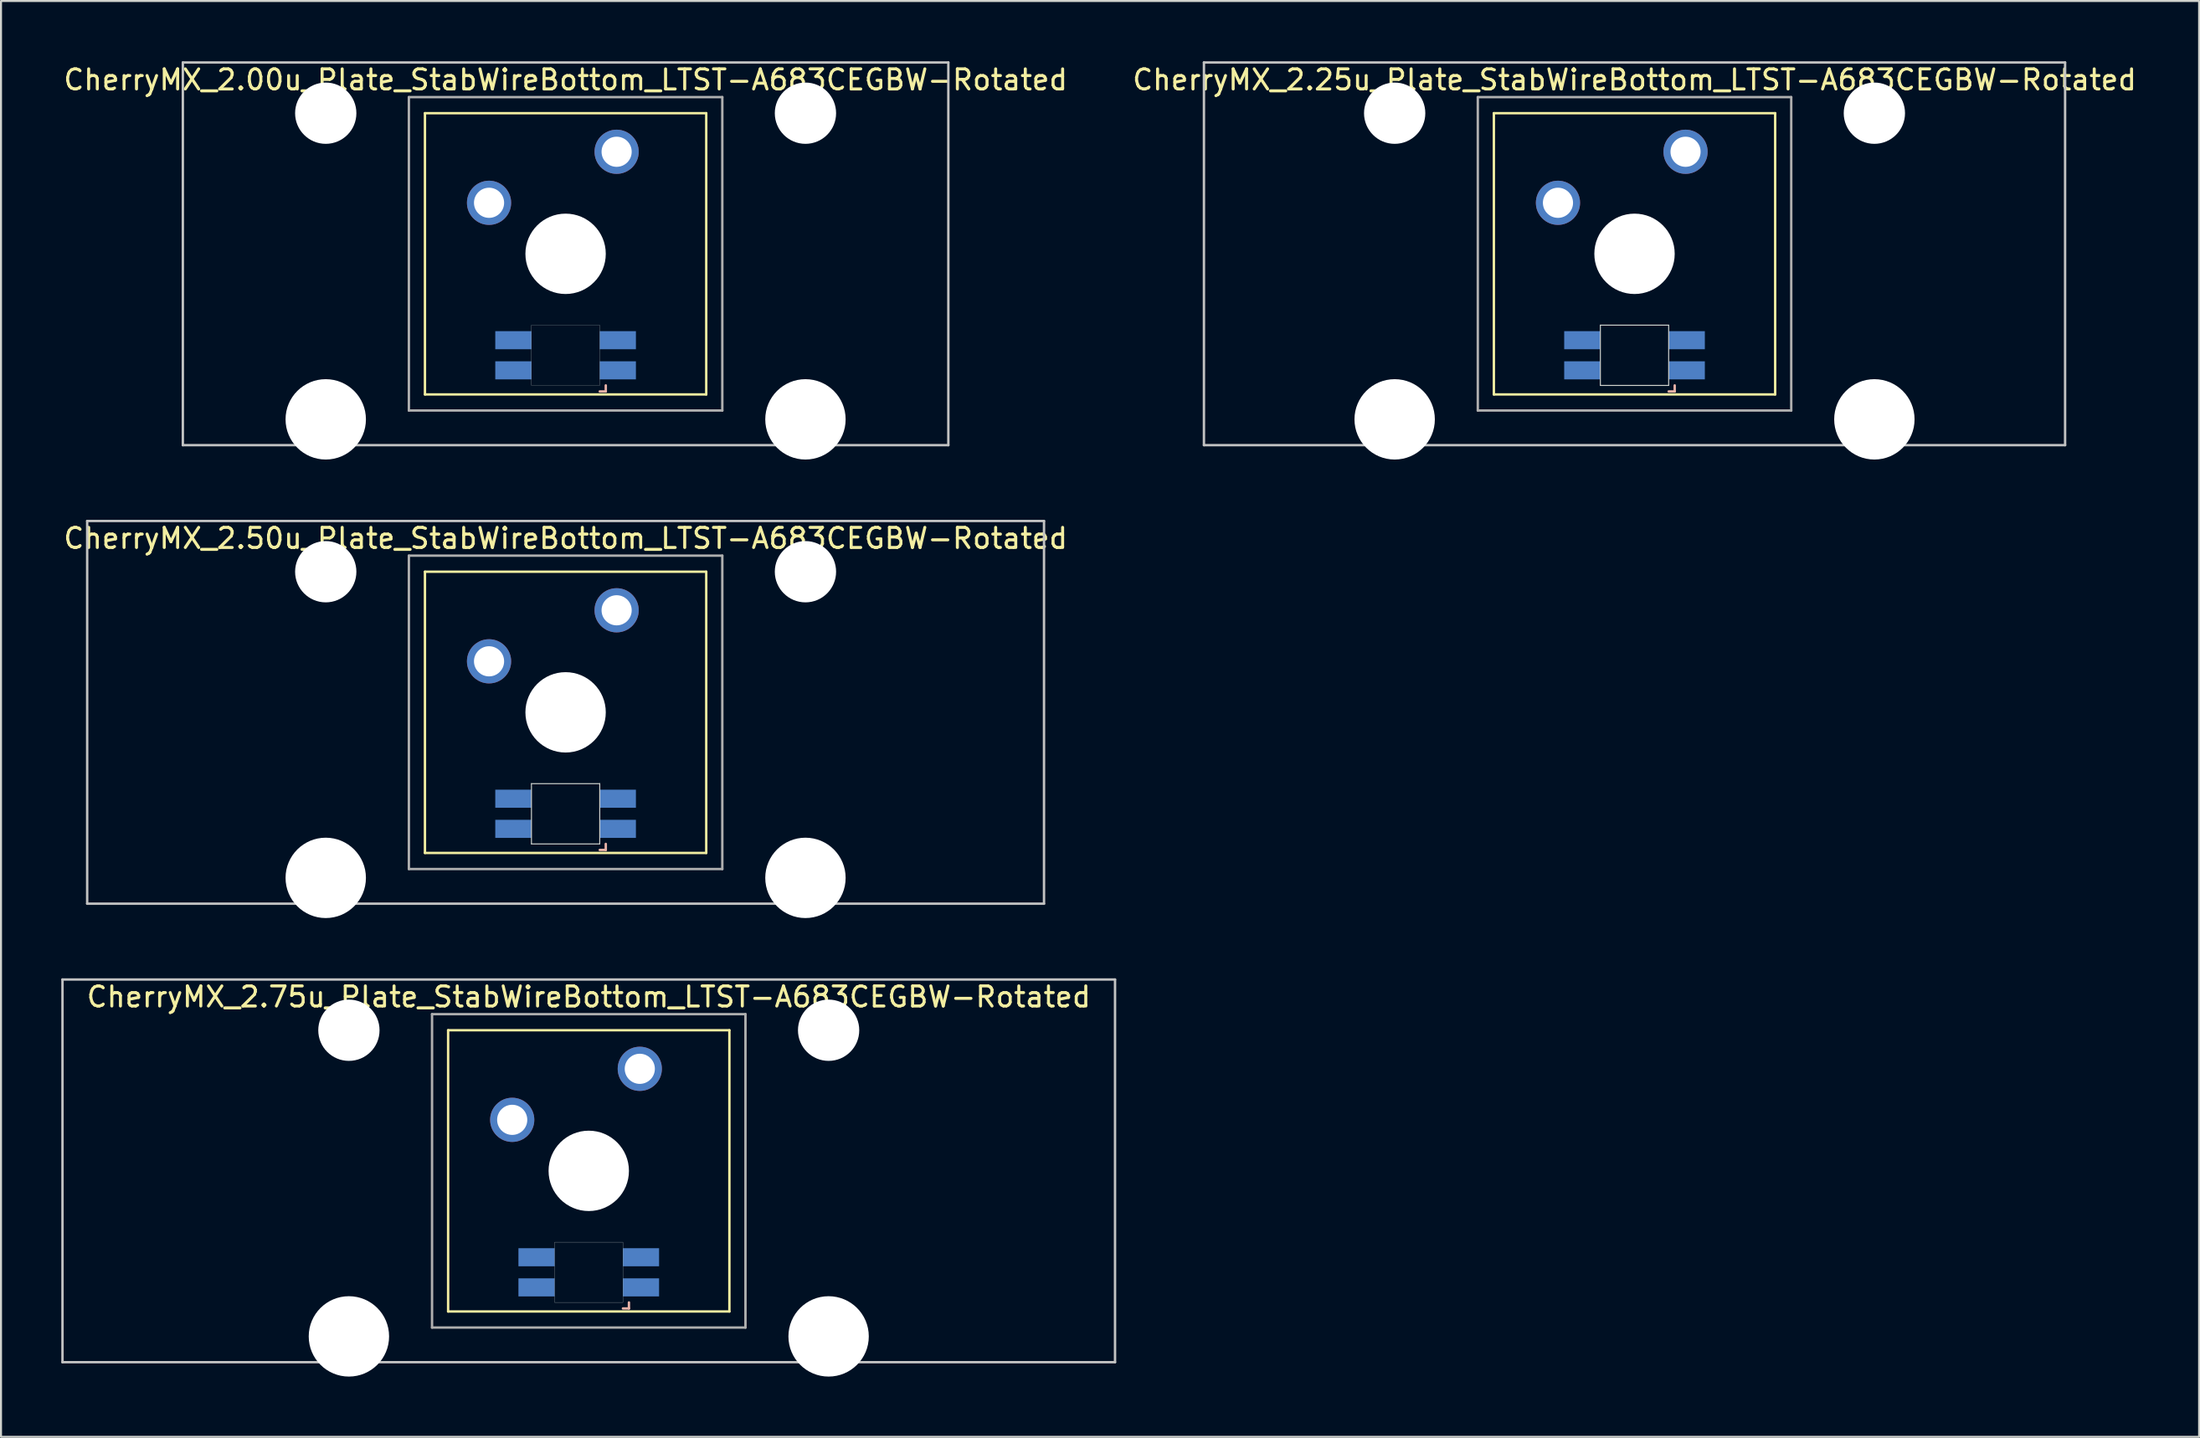
<source format=kicad_pcb>
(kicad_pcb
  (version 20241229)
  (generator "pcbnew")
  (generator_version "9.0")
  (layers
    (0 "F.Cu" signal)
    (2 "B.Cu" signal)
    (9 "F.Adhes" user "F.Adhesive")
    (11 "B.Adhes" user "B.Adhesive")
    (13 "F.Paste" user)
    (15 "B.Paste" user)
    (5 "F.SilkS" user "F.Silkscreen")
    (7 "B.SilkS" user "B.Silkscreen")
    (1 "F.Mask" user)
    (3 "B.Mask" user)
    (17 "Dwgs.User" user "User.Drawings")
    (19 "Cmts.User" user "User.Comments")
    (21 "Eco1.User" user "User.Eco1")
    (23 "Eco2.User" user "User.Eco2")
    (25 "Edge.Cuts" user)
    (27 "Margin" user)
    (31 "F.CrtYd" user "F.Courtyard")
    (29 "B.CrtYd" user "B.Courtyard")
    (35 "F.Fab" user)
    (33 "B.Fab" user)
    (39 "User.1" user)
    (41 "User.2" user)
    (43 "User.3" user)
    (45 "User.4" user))
  (footprint "CherryMX_2.25u_Plate_StabWireBottom_LTST-A683CEGBW-Rotated"
    (layer "F.Cu")
    (at 78.304 9.585)
    (property "Reference" "CherryMX_2.25u_Plate_StabWireBottom_LTST-A683CEGBW-Rotated" (at 0 -8.662 0) (layer "F.SilkS") (effects (font (size 1 1) (thickness 0.15))))
    (attr through_hole)
    (fp_line (start -7 -7) (end -7 7) (stroke (width 0.12) (type solid)) (layer "F.SilkS"))
    (fp_line (start -7 -7) (end 7 -7) (stroke (width 0.12) (type solid)) (layer "F.SilkS"))
    (fp_line (start 7 -7) (end 7 7) (stroke (width 0.12) (type solid)) (layer "F.SilkS"))
    (fp_line (start 7 7) (end -7 7) (stroke (width 0.12) (type solid)) (layer "F.SilkS"))
    (fp_line (start 1.7 6.85) (end 2 6.85) (stroke (width 0.12) (type solid)) (layer "B.SilkS"))
    (fp_line (start 2 6.85) (end 2 6.55) (stroke (width 0.12) (type solid)) (layer "B.SilkS"))
    (fp_line (start -21.431 -9.525) (end 21.431 -9.525) (stroke (width 0.12) (type solid)) (layer "Dwgs.User"))
    (fp_line (start -21.431 9.525) (end -21.431 -9.525) (stroke (width 0.12) (type solid)) (layer "Dwgs.User"))
    (fp_line (start 21.431 -9.525) (end 21.431 9.525) (stroke (width 0.12) (type solid)) (layer "Dwgs.User"))
    (fp_line (start 21.431 9.525) (end -21.431 9.525) (stroke (width 0.12) (type solid)) (layer "Dwgs.User"))
    (fp_line (start -1.7 3.55) (end 1.7 3.55) (stroke (width 0.05) (type solid)) (layer "Edge.Cuts"))
    (fp_line (start -1.7 6.55) (end -1.7 3.55) (stroke (width 0.05) (type solid)) (layer "Edge.Cuts"))
    (fp_line (start 1.7 3.55) (end 1.7 6.55) (stroke (width 0.05) (type solid)) (layer "Edge.Cuts"))
    (fp_line (start 1.7 6.55) (end -1.7 6.55) (stroke (width 0.05) (type solid)) (layer "Edge.Cuts"))
    (fp_line (start -7.8 -7.8) (end -7.8 7.8) (stroke (width 0.12) (type solid)) (layer "F.Fab"))
    (fp_line (start -7.8 -7.8) (end 7.8 -7.8) (stroke (width 0.12) (type solid)) (layer "F.Fab"))
    (fp_line (start -7.8 7.8) (end 7.8 7.8) (stroke (width 0.12) (type solid)) (layer "F.Fab"))
    (fp_line (start 7.8 -7.8) (end 7.8 7.8) (stroke (width 0.12) (type solid)) (layer "F.Fab"))
    (pad "" np_thru_hole circle (at -11.938 -7) (size 3.05 3.05) (drill 3.05) (layers "*.Cu" "*.Mask"))
    (pad "" np_thru_hole circle (at -11.938 8.24) (size 4 4) (drill 4) (layers "*.Cu" "*.Mask"))
    (pad "" np_thru_hole circle (at 0 0) (size 4 4) (drill 4) (layers "*.Cu" "*.Mask"))
    (pad "" np_thru_hole circle (at 11.938 -7) (size 3.05 3.05) (drill 3.05) (layers "*.Cu" "*.Mask"))
    (pad "" np_thru_hole circle (at 11.938 8.24) (size 4 4) (drill 4) (layers "*.Cu" "*.Mask"))
    (pad "1" thru_hole circle (at -3.81 -2.54) (size 2.2 2.2) (drill 1.5) (layers "*.Cu" "*.Mask"))
    (pad "2" thru_hole circle (at 2.54 -5.08) (size 2.2 2.2) (drill 1.5) (layers "*.Cu" "*.Mask"))
    (pad "3" smd rect (at 2.6 5.8) (size 1.8 0.9) (layers "B.Cu" "B.Mask" "B.Paste"))
    (pad "4" smd rect (at 2.6 4.3) (size 1.8 0.9) (layers "B.Cu" "B.Mask" "B.Paste"))
    (pad "5" smd rect (at -2.6 5.8) (size 1.8 0.9) (layers "B.Cu" "B.Mask" "B.Paste"))
    (pad "6" smd rect (at -2.6 4.3) (size 1.8 0.9) (layers "B.Cu" "B.Mask" "B.Paste")))
  (footprint "CherryMX_2.75u_Plate_StabWireBottom_LTST-A683CEGBW-Rotated"
    (layer "F.Cu")
    (at 26.254 55.235)
    (property "Reference" "CherryMX_2.75u_Plate_StabWireBottom_LTST-A683CEGBW-Rotated" (at 0 -8.662 0) (layer "F.SilkS") (effects (font (size 1 1) (thickness 0.15))))
    (attr through_hole)
    (fp_line (start -7 -7) (end -7 7) (stroke (width 0.12) (type solid)) (layer "F.SilkS"))
    (fp_line (start -7 -7) (end 7 -7) (stroke (width 0.12) (type solid)) (layer "F.SilkS"))
    (fp_line (start 7 -7) (end 7 7) (stroke (width 0.12) (type solid)) (layer "F.SilkS"))
    (fp_line (start 7 7) (end -7 7) (stroke (width 0.12) (type solid)) (layer "F.SilkS"))
    (fp_line (start 1.7 6.85) (end 2 6.85) (stroke (width 0.12) (type solid)) (layer "B.SilkS"))
    (fp_line (start 2 6.85) (end 2 6.55) (stroke (width 0.12) (type solid)) (layer "B.SilkS"))
    (fp_line (start -26.194 -9.525) (end 26.194 -9.525) (stroke (width 0.12) (type solid)) (layer "Dwgs.User"))
    (fp_line (start -26.194 9.525) (end -26.194 -9.525) (stroke (width 0.12) (type solid)) (layer "Dwgs.User"))
    (fp_line (start 26.194 -9.525) (end 26.194 9.525) (stroke (width 0.12) (type solid)) (layer "Dwgs.User"))
    (fp_line (start 26.194 9.525) (end -26.194 9.525) (stroke (width 0.12) (type solid)) (layer "Dwgs.User"))
    (fp_poly (pts (xy -1.7 3.55) (xy 1.7 3.55) (xy 1.7 6.55) (xy -1.7 6.55)) (stroke (width 0.01) (type solid)) (fill no) (layer "Edge.Cuts"))
    (fp_line (start -7.8 -7.8) (end -7.8 7.8) (stroke (width 0.12) (type solid)) (layer "F.Fab"))
    (fp_line (start -7.8 -7.8) (end 7.8 -7.8) (stroke (width 0.12) (type solid)) (layer "F.Fab"))
    (fp_line (start -7.8 7.8) (end 7.8 7.8) (stroke (width 0.12) (type solid)) (layer "F.Fab"))
    (fp_line (start 7.8 -7.8) (end 7.8 7.8) (stroke (width 0.12) (type solid)) (layer "F.Fab"))
    (pad "" np_thru_hole circle (at -11.938 -7) (size 3.05 3.05) (drill 3.05) (layers "*.Cu" "*.Mask"))
    (pad "" np_thru_hole circle (at -11.938 8.24) (size 4 4) (drill 4) (layers "*.Cu" "*.Mask"))
    (pad "" np_thru_hole circle (at 0 0) (size 4 4) (drill 4) (layers "*.Cu" "*.Mask"))
    (pad "" np_thru_hole circle (at 11.938 -7) (size 3.05 3.05) (drill 3.05) (layers "*.Cu" "*.Mask"))
    (pad "" np_thru_hole circle (at 11.938 8.24) (size 4 4) (drill 4) (layers "*.Cu" "*.Mask"))
    (pad "1" thru_hole circle (at -3.81 -2.54) (size 2.2 2.2) (drill 1.5) (layers "*.Cu" "*.Mask"))
    (pad "2" thru_hole circle (at 2.54 -5.08) (size 2.2 2.2) (drill 1.5) (layers "*.Cu" "*.Mask"))
    (pad "3" smd rect (at 2.6 5.8 180) (size 1.8 0.9) (layers "B.Cu" "B.Mask" "B.Paste"))
    (pad "4" smd rect (at 2.6 4.3 180) (size 1.8 0.9) (layers "B.Cu" "B.Mask" "B.Paste"))
    (pad "5" smd rect (at -2.6 5.8 180) (size 1.8 0.9) (layers "B.Cu" "B.Mask" "B.Paste"))
    (pad "6" smd rect (at -2.6 4.3 180) (size 1.8 0.9) (layers "B.Cu" "B.Mask" "B.Paste")))
  (footprint "CherryMX_2.00u_Plate_StabWireBottom_LTST-A683CEGBW-Rotated"
    (layer "F.Cu")
    (at 25.101 9.585)
    (property "Reference" "CherryMX_2.00u_Plate_StabWireBottom_LTST-A683CEGBW-Rotated" (at 0 -8.662 0) (layer "F.SilkS") (effects (font (size 1 1) (thickness 0.15))))
    (attr through_hole)
    (fp_line (start -7 -7) (end -7 7) (stroke (width 0.12) (type solid)) (layer "F.SilkS"))
    (fp_line (start -7 -7) (end 7 -7) (stroke (width 0.12) (type solid)) (layer "F.SilkS"))
    (fp_line (start 7 -7) (end 7 7) (stroke (width 0.12) (type solid)) (layer "F.SilkS"))
    (fp_line (start 7 7) (end -7 7) (stroke (width 0.12) (type solid)) (layer "F.SilkS"))
    (fp_line (start 1.7 6.85) (end 2 6.85) (stroke (width 0.12) (type solid)) (layer "B.SilkS"))
    (fp_line (start 2 6.85) (end 2 6.55) (stroke (width 0.12) (type solid)) (layer "B.SilkS"))
    (fp_line (start -19.05 -9.525) (end 19.05 -9.525) (stroke (width 0.12) (type solid)) (layer "Dwgs.User"))
    (fp_line (start -19.05 9.525) (end -19.05 -9.525) (stroke (width 0.12) (type solid)) (layer "Dwgs.User"))
    (fp_line (start 19.05 -9.525) (end 19.05 9.525) (stroke (width 0.12) (type solid)) (layer "Dwgs.User"))
    (fp_line (start 19.05 9.525) (end -19.05 9.525) (stroke (width 0.12) (type solid)) (layer "Dwgs.User"))
    (fp_poly (pts (xy -1.7 3.55) (xy 1.7 3.55) (xy 1.7 6.55) (xy -1.7 6.55)) (stroke (width 0.01) (type solid)) (fill no) (layer "Edge.Cuts"))
    (fp_line (start -7.8 -7.8) (end -7.8 7.8) (stroke (width 0.12) (type solid)) (layer "F.Fab"))
    (fp_line (start -7.8 -7.8) (end 7.8 -7.8) (stroke (width 0.12) (type solid)) (layer "F.Fab"))
    (fp_line (start -7.8 7.8) (end 7.8 7.8) (stroke (width 0.12) (type solid)) (layer "F.Fab"))
    (fp_line (start 7.8 -7.8) (end 7.8 7.8) (stroke (width 0.12) (type solid)) (layer "F.Fab"))
    (pad "" np_thru_hole circle (at -11.938 -7) (size 3.05 3.05) (drill 3.05) (layers "*.Cu" "*.Mask"))
    (pad "" np_thru_hole circle (at -11.938 8.24) (size 4 4) (drill 4) (layers "*.Cu" "*.Mask"))
    (pad "" np_thru_hole circle (at 0 0) (size 4 4) (drill 4) (layers "*.Cu" "*.Mask"))
    (pad "" np_thru_hole circle (at 11.938 -7) (size 3.05 3.05) (drill 3.05) (layers "*.Cu" "*.Mask"))
    (pad "" np_thru_hole circle (at 11.938 8.24) (size 4 4) (drill 4) (layers "*.Cu" "*.Mask"))
    (pad "1" thru_hole circle (at -3.81 -2.54) (size 2.2 2.2) (drill 1.5) (layers "*.Cu" "*.Mask"))
    (pad "2" thru_hole circle (at 2.54 -5.08) (size 2.2 2.2) (drill 1.5) (layers "*.Cu" "*.Mask"))
    (pad "3" smd rect (at 2.6 5.8 180) (size 1.8 0.9) (layers "B.Cu" "B.Mask" "B.Paste"))
    (pad "4" smd rect (at 2.6 4.3 180) (size 1.8 0.9) (layers "B.Cu" "B.Mask" "B.Paste"))
    (pad "5" smd rect (at -2.6 5.8 180) (size 1.8 0.9) (layers "B.Cu" "B.Mask" "B.Paste"))
    (pad "6" smd rect (at -2.6 4.3 180) (size 1.8 0.9) (layers "B.Cu" "B.Mask" "B.Paste")))
  (footprint "CherryMX_2.50u_Plate_StabWireBottom_LTST-A683CEGBW-Rotated"
    (layer "F.Cu")
    (at 25.101 32.41)
    (property "Reference" "CherryMX_2.50u_Plate_StabWireBottom_LTST-A683CEGBW-Rotated" (at 0 -8.662 0) (layer "F.SilkS") (effects (font (size 1 1) (thickness 0.15))))
    (attr through_hole)
    (fp_line (start -7 -7) (end -7 7) (stroke (width 0.12) (type solid)) (layer "F.SilkS"))
    (fp_line (start -7 -7) (end 7 -7) (stroke (width 0.12) (type solid)) (layer "F.SilkS"))
    (fp_line (start 7 -7) (end 7 7) (stroke (width 0.12) (type solid)) (layer "F.SilkS"))
    (fp_line (start 7 7) (end -7 7) (stroke (width 0.12) (type solid)) (layer "F.SilkS"))
    (fp_line (start 1.7 6.85) (end 2 6.85) (stroke (width 0.12) (type solid)) (layer "B.SilkS"))
    (fp_line (start 2 6.85) (end 2 6.55) (stroke (width 0.12) (type solid)) (layer "B.SilkS"))
    (fp_line (start -23.812 -9.525) (end 23.812 -9.525) (stroke (width 0.12) (type solid)) (layer "Dwgs.User"))
    (fp_line (start -23.812 9.525) (end -23.812 -9.525) (stroke (width 0.12) (type solid)) (layer "Dwgs.User"))
    (fp_line (start 23.812 -9.525) (end 23.812 9.525) (stroke (width 0.12) (type solid)) (layer "Dwgs.User"))
    (fp_line (start 23.812 9.525) (end -23.812 9.525) (stroke (width 0.12) (type solid)) (layer "Dwgs.User"))
    (fp_line (start -1.7 3.55) (end 1.7 3.55) (stroke (width 0.05) (type solid)) (layer "Edge.Cuts"))
    (fp_line (start -1.7 6.55) (end -1.7 3.55) (stroke (width 0.05) (type solid)) (layer "Edge.Cuts"))
    (fp_line (start 1.7 3.55) (end 1.7 6.55) (stroke (width 0.05) (type solid)) (layer "Edge.Cuts"))
    (fp_line (start 1.7 6.55) (end -1.7 6.55) (stroke (width 0.05) (type solid)) (layer "Edge.Cuts"))
    (fp_line (start -7.8 -7.8) (end -7.8 7.8) (stroke (width 0.12) (type solid)) (layer "F.Fab"))
    (fp_line (start -7.8 -7.8) (end 7.8 -7.8) (stroke (width 0.12) (type solid)) (layer "F.Fab"))
    (fp_line (start -7.8 7.8) (end 7.8 7.8) (stroke (width 0.12) (type solid)) (layer "F.Fab"))
    (fp_line (start 7.8 -7.8) (end 7.8 7.8) (stroke (width 0.12) (type solid)) (layer "F.Fab"))
    (pad "" np_thru_hole circle (at -11.938 -7) (size 3.05 3.05) (drill 3.05) (layers "*.Cu" "*.Mask"))
    (pad "" np_thru_hole circle (at -11.938 8.24) (size 4 4) (drill 4) (layers "*.Cu" "*.Mask"))
    (pad "" np_thru_hole circle (at 0 0) (size 4 4) (drill 4) (layers "*.Cu" "*.Mask"))
    (pad "" np_thru_hole circle (at 11.938 -7) (size 3.05 3.05) (drill 3.05) (layers "*.Cu" "*.Mask"))
    (pad "" np_thru_hole circle (at 11.938 8.24) (size 4 4) (drill 4) (layers "*.Cu" "*.Mask"))
    (pad "1" thru_hole circle (at -3.81 -2.54) (size 2.2 2.2) (drill 1.5) (layers "*.Cu" "*.Mask"))
    (pad "2" thru_hole circle (at 2.54 -5.08) (size 2.2 2.2) (drill 1.5) (layers "*.Cu" "*.Mask"))
    (pad "3" smd rect (at 2.6 5.8) (size 1.8 0.9) (layers "B.Cu" "B.Mask" "B.Paste"))
    (pad "4" smd rect (at 2.6 4.3) (size 1.8 0.9) (layers "B.Cu" "B.Mask" "B.Paste"))
    (pad "5" smd rect (at -2.6 5.8) (size 1.8 0.9) (layers "B.Cu" "B.Mask" "B.Paste"))
    (pad "6" smd rect (at -2.6 4.3) (size 1.8 0.9) (layers "B.Cu" "B.Mask" "B.Paste")))
  (gr_rect
    (start -3 -3)
    (end 106.405 68.475)
    (stroke (width 0.1) (type default))
    (fill no)
    (layer "Edge.Cuts")))
</source>
